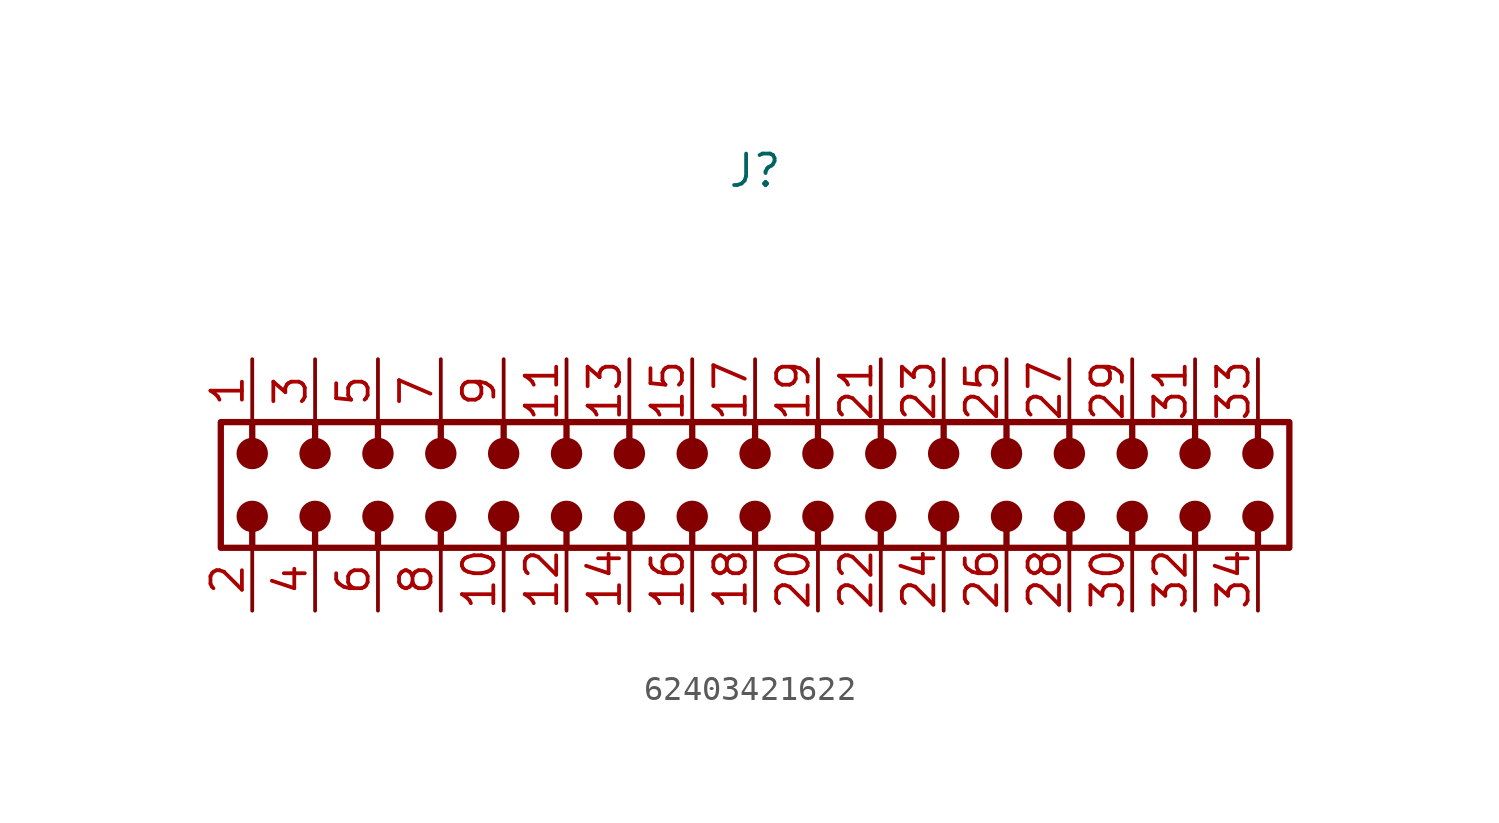
<source format=kicad_sym>
(kicad_symbol_lib
  (version 20241209)
  (generator "kicad_symbol_editor")
  (generator_version "9.0")
  (symbol "62403421622"
    (pin_names
      (hide yes))
    (property "Reference" "J"
      (at 0 12.7 0)
      (effects (font (size 1.27 1.27))))
    (symbol "62403421622_1_1"
      (rectangle (start -21.59 2.54) (end 21.59 -2.54) (stroke (width 0.254) (type solid)) (fill (type none)))
      (polyline (pts (xy -20.32 1.778) (xy -20.32 2.54)) (stroke (width 0.254) (type solid)) (fill (type none)))
      (circle (center -20.32 1.27) (radius 0.508) (stroke (width 0.254) (type solid)) (fill (type outline)))
      (circle (center -20.32 -1.27) (radius 0.508) (stroke (width 0.254) (type solid)) (fill (type outline)))
      (polyline (pts (xy -20.32 -1.778) (xy -20.32 -2.54)) (stroke (width 0.254) (type solid)) (fill (type none)))
      (polyline (pts (xy -17.78 1.778) (xy -17.78 2.54)) (stroke (width 0.254) (type solid)) (fill (type none)))
      (circle (center -17.78 1.27) (radius 0.508) (stroke (width 0.254) (type solid)) (fill (type outline)))
      (circle (center -17.78 -1.27) (radius 0.508) (stroke (width 0.254) (type solid)) (fill (type outline)))
      (polyline (pts (xy -17.78 -1.778) (xy -17.78 -2.54)) (stroke (width 0.254) (type solid)) (fill (type none)))
      (polyline (pts (xy -15.24 1.778) (xy -15.24 2.54)) (stroke (width 0.254) (type solid)) (fill (type none)))
      (circle (center -15.24 1.27) (radius 0.508) (stroke (width 0.254) (type solid)) (fill (type outline)))
      (circle (center -15.24 -1.27) (radius 0.508) (stroke (width 0.254) (type solid)) (fill (type outline)))
      (polyline (pts (xy -15.24 -1.778) (xy -15.24 -2.54)) (stroke (width 0.254) (type solid)) (fill (type none)))
      (polyline (pts (xy -12.7 1.778) (xy -12.7 2.54)) (stroke (width 0.254) (type solid)) (fill (type none)))
      (circle (center -12.7 1.27) (radius 0.508) (stroke (width 0.254) (type solid)) (fill (type outline)))
      (circle (center -12.7 -1.27) (radius 0.508) (stroke (width 0.254) (type solid)) (fill (type outline)))
      (polyline (pts (xy -12.7 -1.778) (xy -12.7 -2.54)) (stroke (width 0.254) (type solid)) (fill (type none)))
      (polyline (pts (xy -10.16 1.778) (xy -10.16 2.54)) (stroke (width 0.254) (type solid)) (fill (type none)))
      (circle (center -10.16 1.27) (radius 0.508) (stroke (width 0.254) (type solid)) (fill (type outline)))
      (circle (center -10.16 -1.27) (radius 0.508) (stroke (width 0.254) (type solid)) (fill (type outline)))
      (polyline (pts (xy -10.16 -1.778) (xy -10.16 -2.54)) (stroke (width 0.254) (type solid)) (fill (type none)))
      (polyline (pts (xy -7.62 1.778) (xy -7.62 2.54)) (stroke (width 0.254) (type solid)) (fill (type none)))
      (circle (center -7.62 1.27) (radius 0.508) (stroke (width 0.254) (type solid)) (fill (type outline)))
      (circle (center -7.62 -1.27) (radius 0.508) (stroke (width 0.254) (type solid)) (fill (type outline)))
      (polyline (pts (xy -7.62 -1.778) (xy -7.62 -2.54)) (stroke (width 0.254) (type solid)) (fill (type none)))
      (polyline (pts (xy -5.08 1.778) (xy -5.08 2.54)) (stroke (width 0.254) (type solid)) (fill (type none)))
      (circle (center -5.08 1.27) (radius 0.508) (stroke (width 0.254) (type solid)) (fill (type outline)))
      (circle (center -5.08 -1.27) (radius 0.508) (stroke (width 0.254) (type solid)) (fill (type outline)))
      (polyline (pts (xy -5.08 -1.778) (xy -5.08 -2.54)) (stroke (width 0.254) (type solid)) (fill (type none)))
      (polyline (pts (xy -2.54 1.778) (xy -2.54 2.54)) (stroke (width 0.254) (type solid)) (fill (type none)))
      (circle (center -2.54 1.27) (radius 0.508) (stroke (width 0.254) (type solid)) (fill (type outline)))
      (circle (center -2.54 -1.27) (radius 0.508) (stroke (width 0.254) (type solid)) (fill (type outline)))
      (polyline (pts (xy -2.54 -1.778) (xy -2.54 -2.54)) (stroke (width 0.254) (type solid)) (fill (type none)))
      (polyline (pts (xy 0 1.778) (xy 0 2.54)) (stroke (width 0.254) (type solid)) (fill (type none)))
      (circle (center 0 1.27) (radius 0.508) (stroke (width 0.254) (type solid)) (fill (type outline)))
      (circle (center 0 -1.27) (radius 0.508) (stroke (width 0.254) (type solid)) (fill (type outline)))
      (polyline (pts (xy 0 -1.778) (xy 0 -2.54)) (stroke (width 0.254) (type solid)) (fill (type none)))
      (polyline (pts (xy 2.54 1.778) (xy 2.54 2.54)) (stroke (width 0.254) (type solid)) (fill (type none)))
      (circle (center 2.54 1.27) (radius 0.508) (stroke (width 0.254) (type solid)) (fill (type outline)))
      (circle (center 2.54 -1.27) (radius 0.508) (stroke (width 0.254) (type solid)) (fill (type outline)))
      (polyline (pts (xy 2.54 -1.778) (xy 2.54 -2.54)) (stroke (width 0.254) (type solid)) (fill (type none)))
      (polyline (pts (xy 5.08 1.778) (xy 5.08 2.54)) (stroke (width 0.254) (type solid)) (fill (type none)))
      (circle (center 5.08 1.27) (radius 0.508) (stroke (width 0.254) (type solid)) (fill (type outline)))
      (circle (center 5.08 -1.27) (radius 0.508) (stroke (width 0.254) (type solid)) (fill (type outline)))
      (polyline (pts (xy 5.08 -1.778) (xy 5.08 -2.54)) (stroke (width 0.254) (type solid)) (fill (type none)))
      (polyline (pts (xy 7.62 1.778) (xy 7.62 2.54)) (stroke (width 0.254) (type solid)) (fill (type none)))
      (circle (center 7.62 1.27) (radius 0.508) (stroke (width 0.254) (type solid)) (fill (type outline)))
      (circle (center 7.62 -1.27) (radius 0.508) (stroke (width 0.254) (type solid)) (fill (type outline)))
      (polyline (pts (xy 7.62 -1.778) (xy 7.62 -2.54)) (stroke (width 0.254) (type solid)) (fill (type none)))
      (polyline (pts (xy 10.16 1.778) (xy 10.16 2.54)) (stroke (width 0.254) (type solid)) (fill (type none)))
      (circle (center 10.16 1.27) (radius 0.508) (stroke (width 0.254) (type solid)) (fill (type outline)))
      (circle (center 10.16 -1.27) (radius 0.508) (stroke (width 0.254) (type solid)) (fill (type outline)))
      (polyline (pts (xy 10.16 -1.778) (xy 10.16 -2.54)) (stroke (width 0.254) (type solid)) (fill (type none)))
      (polyline (pts (xy 12.7 1.778) (xy 12.7 2.54)) (stroke (width 0.254) (type solid)) (fill (type none)))
      (circle (center 12.7 1.27) (radius 0.508) (stroke (width 0.254) (type solid)) (fill (type outline)))
      (circle (center 12.7 -1.27) (radius 0.508) (stroke (width 0.254) (type solid)) (fill (type outline)))
      (polyline (pts (xy 12.7 -1.778) (xy 12.7 -2.54)) (stroke (width 0.254) (type solid)) (fill (type none)))
      (polyline (pts (xy 15.24 1.778) (xy 15.24 2.54)) (stroke (width 0.254) (type solid)) (fill (type none)))
      (circle (center 15.24 1.27) (radius 0.508) (stroke (width 0.254) (type solid)) (fill (type outline)))
      (circle (center 15.24 -1.27) (radius 0.508) (stroke (width 0.254) (type solid)) (fill (type outline)))
      (polyline (pts (xy 15.24 -1.778) (xy 15.24 -2.54)) (stroke (width 0.254) (type solid)) (fill (type none)))
      (polyline (pts (xy 17.78 1.778) (xy 17.78 2.54)) (stroke (width 0.254) (type solid)) (fill (type none)))
      (circle (center 17.78 1.27) (radius 0.508) (stroke (width 0.254) (type solid)) (fill (type outline)))
      (circle (center 17.78 -1.27) (radius 0.508) (stroke (width 0.254) (type solid)) (fill (type outline)))
      (polyline (pts (xy 17.78 -1.778) (xy 17.78 -2.54)) (stroke (width 0.254) (type solid)) (fill (type none)))
      (polyline (pts (xy 20.32 1.778) (xy 20.32 2.54)) (stroke (width 0.254) (type solid)) (fill (type none)))
      (circle (center 20.32 1.27) (radius 0.508) (stroke (width 0.254) (type solid)) (fill (type outline)))
      (circle (center 20.32 -1.27) (radius 0.508) (stroke (width 0.254) (type solid)) (fill (type outline)))
      (polyline (pts (xy 20.32 -1.778) (xy 20.32 -2.54)) (stroke (width 0.254) (type solid)) (fill (type none)))
      (pin passive line (at -20.32 5.08 270) (length 2.54) (name "1" (effects (font (size 1.27 1.27)))) (number "1" (effects (font (size 1.27 1.27)))))
      (pin passive line (at -20.32 -5.08 90) (length 2.54) (name "2" (effects (font (size 1.27 1.27)))) (number "2" (effects (font (size 1.27 1.27)))))
      (pin passive line (at -17.78 5.08 270) (length 2.54) (name "3" (effects (font (size 1.27 1.27)))) (number "3" (effects (font (size 1.27 1.27)))))
      (pin passive line (at -17.78 -5.08 90) (length 2.54) (name "4" (effects (font (size 1.27 1.27)))) (number "4" (effects (font (size 1.27 1.27)))))
      (pin passive line (at -15.24 5.08 270) (length 2.54) (name "5" (effects (font (size 1.27 1.27)))) (number "5" (effects (font (size 1.27 1.27)))))
      (pin passive line (at -15.24 -5.08 90) (length 2.54) (name "6" (effects (font (size 1.27 1.27)))) (number "6" (effects (font (size 1.27 1.27)))))
      (pin passive line (at -12.7 5.08 270) (length 2.54) (name "7" (effects (font (size 1.27 1.27)))) (number "7" (effects (font (size 1.27 1.27)))))
      (pin passive line (at -12.7 -5.08 90) (length 2.54) (name "8" (effects (font (size 1.27 1.27)))) (number "8" (effects (font (size 1.27 1.27)))))
      (pin passive line (at -10.16 5.08 270) (length 2.54) (name "9" (effects (font (size 1.27 1.27)))) (number "9" (effects (font (size 1.27 1.27)))))
      (pin passive line (at -10.16 -5.08 90) (length 2.54) (name "10" (effects (font (size 1.27 1.27)))) (number "10" (effects (font (size 1.27 1.27)))))
      (pin passive line (at -7.62 5.08 270) (length 2.54) (name "11" (effects (font (size 1.27 1.27)))) (number "11" (effects (font (size 1.27 1.27)))))
      (pin passive line (at -7.62 -5.08 90) (length 2.54) (name "12" (effects (font (size 1.27 1.27)))) (number "12" (effects (font (size 1.27 1.27)))))
      (pin passive line (at -5.08 5.08 270) (length 2.54) (name "13" (effects (font (size 1.27 1.27)))) (number "13" (effects (font (size 1.27 1.27)))))
      (pin passive line (at -5.08 -5.08 90) (length 2.54) (name "14" (effects (font (size 1.27 1.27)))) (number "14" (effects (font (size 1.27 1.27)))))
      (pin passive line (at -2.54 5.08 270) (length 2.54) (name "15" (effects (font (size 1.27 1.27)))) (number "15" (effects (font (size 1.27 1.27)))))
      (pin passive line (at -2.54 -5.08 90) (length 2.54) (name "16" (effects (font (size 1.27 1.27)))) (number "16" (effects (font (size 1.27 1.27)))))
      (pin passive line (at 0 5.08 270) (length 2.54) (name "17" (effects (font (size 1.27 1.27)))) (number "17" (effects (font (size 1.27 1.27)))))
      (pin passive line (at 0 -5.08 90) (length 2.54) (name "18" (effects (font (size 1.27 1.27)))) (number "18" (effects (font (size 1.27 1.27)))))
      (pin passive line (at 2.54 5.08 270) (length 2.54) (name "19" (effects (font (size 1.27 1.27)))) (number "19" (effects (font (size 1.27 1.27)))))
      (pin passive line (at 2.54 -5.08 90) (length 2.54) (name "20" (effects (font (size 1.27 1.27)))) (number "20" (effects (font (size 1.27 1.27)))))
      (pin passive line (at 5.08 5.08 270) (length 2.54) (name "21" (effects (font (size 1.27 1.27)))) (number "21" (effects (font (size 1.27 1.27)))))
      (pin passive line (at 5.08 -5.08 90) (length 2.54) (name "22" (effects (font (size 1.27 1.27)))) (number "22" (effects (font (size 1.27 1.27)))))
      (pin passive line (at 7.62 5.08 270) (length 2.54) (name "23" (effects (font (size 1.27 1.27)))) (number "23" (effects (font (size 1.27 1.27)))))
      (pin passive line (at 7.62 -5.08 90) (length 2.54) (name "24" (effects (font (size 1.27 1.27)))) (number "24" (effects (font (size 1.27 1.27)))))
      (pin passive line (at 10.16 5.08 270) (length 2.54) (name "25" (effects (font (size 1.27 1.27)))) (number "25" (effects (font (size 1.27 1.27)))))
      (pin passive line (at 10.16 -5.08 90) (length 2.54) (name "26" (effects (font (size 1.27 1.27)))) (number "26" (effects (font (size 1.27 1.27)))))
      (pin passive line (at 12.7 5.08 270) (length 2.54) (name "27" (effects (font (size 1.27 1.27)))) (number "27" (effects (font (size 1.27 1.27)))))
      (pin passive line (at 12.7 -5.08 90) (length 2.54) (name "28" (effects (font (size 1.27 1.27)))) (number "28" (effects (font (size 1.27 1.27)))))
      (pin passive line (at 15.24 5.08 270) (length 2.54) (name "29" (effects (font (size 1.27 1.27)))) (number "29" (effects (font (size 1.27 1.27)))))
      (pin passive line (at 15.24 -5.08 90) (length 2.54) (name "30" (effects (font (size 1.27 1.27)))) (number "30" (effects (font (size 1.27 1.27)))))
      (pin passive line (at 17.78 5.08 270) (length 2.54) (name "31" (effects (font (size 1.27 1.27)))) (number "31" (effects (font (size 1.27 1.27)))))
      (pin passive line (at 17.78 -5.08 90) (length 2.54) (name "32" (effects (font (size 1.27 1.27)))) (number "32" (effects (font (size 1.27 1.27)))))
      (pin passive line (at 20.32 5.08 270) (length 2.54) (name "33" (effects (font (size 1.27 1.27)))) (number "33" (effects (font (size 1.27 1.27)))))
      (pin passive line (at 20.32 -5.08 90) (length 2.54) (name "34" (effects (font (size 1.27 1.27)))) (number "34" (effects (font (size 1.27 1.27))))))))
</source>
